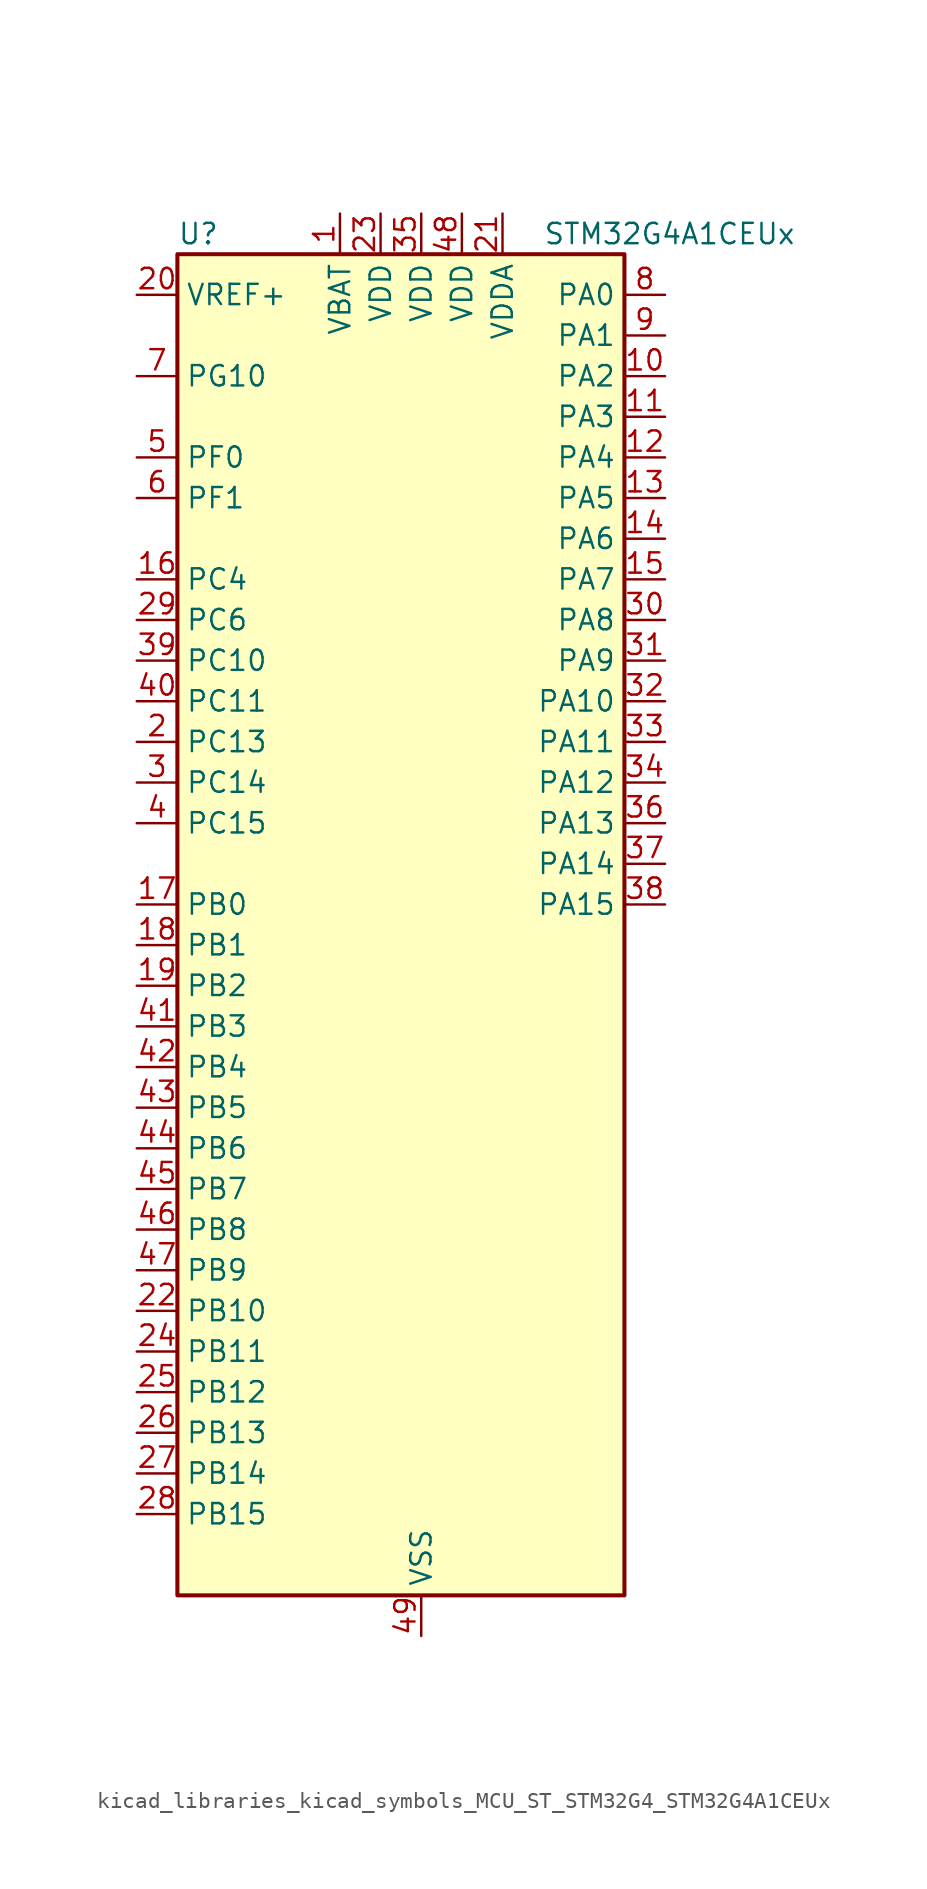
<source format=kicad_sym>
(kicad_symbol_lib
  (version 20220914)
  (generator kicad_symbol_editor)
  (symbol "kicad_libraries_kicad_symbols_MCU_ST_STM32G4_STM32G4A1CEUx"
    (property "Reference" "U"
      (at -12.7 44.45 0)
      (effects (font (size 1.27 1.27)) (justify left)))
    (property "Value" "STM32G4A1CEUx"
      (at 10.16 44.45 0)
      (effects (font (size 1.27 1.27)) (justify left)))
    (property "ki_locked" ""
      (at 0 0 0)
      (effects (font (size 1.27 1.27))))
    (symbol "kicad_libraries_kicad_symbols_MCU_ST_STM32G4_STM32G4A1CEUx_0_1"
      (rectangle (start -12.7 -40.64) (end 15.24 43.18) (stroke (width 0.254) (type default)) (fill (type background))))
    (symbol "kicad_libraries_kicad_symbols_MCU_ST_STM32G4_STM32G4A1CEUx_1_1"
      (pin power_in line (at -2.54 45.72 270) (length 2.54) (name "VBAT" (effects (font (size 1.27 1.27)))) (number "1" (effects (font (size 1.27 1.27)))))
      (pin bidirectional line (at 17.78 35.56 180) (length 2.54) (name "PA2" (effects (font (size 1.27 1.27)))) (number "10" (effects (font (size 1.27 1.27)))) (alternate "ADC1_IN3" bidirectional line) (alternate "ADC3_EXTI2" bidirectional line) (alternate "COMP2_INM" bidirectional line) (alternate "COMP2_OUT" bidirectional line) (alternate "LPUART1_TX" bidirectional line) (alternate "OPAMP1_VOUT" bidirectional line) (alternate "QUADSPI1_BK1_NCS" bidirectional line) (alternate "RCC_LSCO" bidirectional line) (alternate "SYS_WKUP4" bidirectional line) (alternate "TIM15_CH1" bidirectional line) (alternate "TIM2_CH3" bidirectional line) (alternate "UCPD1_FRSTX1" bidirectional line) (alternate "UCPD1_FRSTX2" bidirectional line) (alternate "USART2_TX" bidirectional line))
      (pin bidirectional line (at 17.78 33.02 180) (length 2.54) (name "PA3" (effects (font (size 1.27 1.27)))) (number "11" (effects (font (size 1.27 1.27)))) (alternate "ADC1_IN4" bidirectional line) (alternate "ADC3_EXTI3" bidirectional line) (alternate "COMP2_INP" bidirectional line) (alternate "LPUART1_RX" bidirectional line) (alternate "OPAMP1_VINM" bidirectional line) (alternate "OPAMP1_VINM0" bidirectional line) (alternate "OPAMP1_VINM_SEC" bidirectional line) (alternate "OPAMP1_VINP" bidirectional line) (alternate "OPAMP1_VINP_SEC" bidirectional line) (alternate "QUADSPI1_CLK" bidirectional line) (alternate "SAI1_CK1" bidirectional line) (alternate "SAI1_MCLK_A" bidirectional line) (alternate "TIM15_CH2" bidirectional line) (alternate "TIM2_CH4" bidirectional line) (alternate "USART2_RX" bidirectional line))
      (pin bidirectional line (at 17.78 30.48 180) (length 2.54) (name "PA4" (effects (font (size 1.27 1.27)))) (number "12" (effects (font (size 1.27 1.27)))) (alternate "ADC2_IN17" bidirectional line) (alternate "COMP1_INM" bidirectional line) (alternate "DAC1_OUT1" bidirectional line) (alternate "I2S3_WS" bidirectional line) (alternate "SAI1_FS_B" bidirectional line) (alternate "SPI1_NSS" bidirectional line) (alternate "SPI3_NSS" bidirectional line) (alternate "TIM3_CH2" bidirectional line) (alternate "USART2_CK" bidirectional line))
      (pin bidirectional line (at 17.78 27.94 180) (length 2.54) (name "PA5" (effects (font (size 1.27 1.27)))) (number "13" (effects (font (size 1.27 1.27)))) (alternate "ADC2_IN13" bidirectional line) (alternate "COMP2_INM" bidirectional line) (alternate "DAC1_OUT2" bidirectional line) (alternate "OPAMP2_VINM" bidirectional line) (alternate "OPAMP2_VINM0" bidirectional line) (alternate "OPAMP2_VINM_SEC" bidirectional line) (alternate "SPI1_SCK" bidirectional line) (alternate "TIM2_CH1" bidirectional line) (alternate "TIM2_ETR" bidirectional line) (alternate "UCPD1_FRSTX1" bidirectional line) (alternate "UCPD1_FRSTX2" bidirectional line))
      (pin bidirectional line (at 17.78 25.4 180) (length 2.54) (name "PA6" (effects (font (size 1.27 1.27)))) (number "14" (effects (font (size 1.27 1.27)))) (alternate "ADC2_IN3" bidirectional line) (alternate "COMP1_OUT" bidirectional line) (alternate "LPUART1_CTS" bidirectional line) (alternate "OPAMP2_VOUT" bidirectional line) (alternate "QUADSPI1_BK1_IO3" bidirectional line) (alternate "SPI1_MISO" bidirectional line) (alternate "TIM16_CH1" bidirectional line) (alternate "TIM1_BKIN" bidirectional line) (alternate "TIM3_CH1" bidirectional line) (alternate "TIM8_BKIN" bidirectional line))
      (pin bidirectional line (at 17.78 22.86 180) (length 2.54) (name "PA7" (effects (font (size 1.27 1.27)))) (number "15" (effects (font (size 1.27 1.27)))) (alternate "ADC2_IN4" bidirectional line) (alternate "COMP2_INP" bidirectional line) (alternate "COMP2_OUT" bidirectional line) (alternate "OPAMP1_VINP" bidirectional line) (alternate "OPAMP1_VINP_SEC" bidirectional line) (alternate "OPAMP2_VINP" bidirectional line) (alternate "OPAMP2_VINP_SEC" bidirectional line) (alternate "QUADSPI1_BK1_IO2" bidirectional line) (alternate "SPI1_MOSI" bidirectional line) (alternate "TIM17_CH1" bidirectional line) (alternate "TIM1_CH1N" bidirectional line) (alternate "TIM3_CH2" bidirectional line) (alternate "TIM8_CH1N" bidirectional line) (alternate "UCPD1_FRSTX1" bidirectional line) (alternate "UCPD1_FRSTX2" bidirectional line))
      (pin bidirectional line (at -15.24 22.86 0) (length 2.54) (name "PC4" (effects (font (size 1.27 1.27)))) (number "16" (effects (font (size 1.27 1.27)))) (alternate "ADC2_IN5" bidirectional line) (alternate "I2C2_SCL" bidirectional line) (alternate "QUADSPI1_BK2_IO3" bidirectional line) (alternate "TIM1_ETR" bidirectional line) (alternate "USART1_TX" bidirectional line))
      (pin bidirectional line (at -15.24 2.54 0) (length 2.54) (name "PB0" (effects (font (size 1.27 1.27)))) (number "17" (effects (font (size 1.27 1.27)))) (alternate "ADC1_IN15" bidirectional line) (alternate "ADC3_IN12" bidirectional line) (alternate "COMP4_INP" bidirectional line) (alternate "OPAMP2_VINP" bidirectional line) (alternate "OPAMP2_VINP_SEC" bidirectional line) (alternate "OPAMP3_VINP" bidirectional line) (alternate "OPAMP3_VINP_SEC" bidirectional line) (alternate "QUADSPI1_BK1_IO1" bidirectional line) (alternate "TIM1_CH2N" bidirectional line) (alternate "TIM3_CH3" bidirectional line) (alternate "TIM8_CH2N" bidirectional line) (alternate "UCPD1_FRSTX1" bidirectional line) (alternate "UCPD1_FRSTX2" bidirectional line))
      (pin bidirectional line (at -15.24 0 0) (length 2.54) (name "PB1" (effects (font (size 1.27 1.27)))) (number "18" (effects (font (size 1.27 1.27)))) (alternate "ADC1_IN12" bidirectional line) (alternate "ADC3_IN1" bidirectional line) (alternate "COMP1_INP" bidirectional line) (alternate "COMP4_OUT" bidirectional line) (alternate "LPUART1_DE" bidirectional line) (alternate "LPUART1_RTS" bidirectional line) (alternate "OPAMP3_VOUT" bidirectional line) (alternate "OPAMP6_VINM" bidirectional line) (alternate "OPAMP6_VINM1" bidirectional line) (alternate "OPAMP6_VINM_SEC" bidirectional line) (alternate "QUADSPI1_BK1_IO0" bidirectional line) (alternate "TIM1_CH3N" bidirectional line) (alternate "TIM3_CH4" bidirectional line) (alternate "TIM8_CH3N" bidirectional line))
      (pin bidirectional line (at -15.24 -2.54 0) (length 2.54) (name "PB2" (effects (font (size 1.27 1.27)))) (number "19" (effects (font (size 1.27 1.27)))) (alternate "ADC2_IN12" bidirectional line) (alternate "ADC3_EXTI2" bidirectional line) (alternate "COMP4_INM" bidirectional line) (alternate "I2C3_SMBA" bidirectional line) (alternate "LPTIM1_OUT" bidirectional line) (alternate "OPAMP3_VINM" bidirectional line) (alternate "OPAMP3_VINM0" bidirectional line) (alternate "OPAMP3_VINM_SEC" bidirectional line) (alternate "QUADSPI1_BK2_IO1" bidirectional line) (alternate "RTC_OUT2" bidirectional line) (alternate "TIM20_CH1" bidirectional line))
      (pin bidirectional line (at -15.24 12.7 0) (length 2.54) (name "PC13" (effects (font (size 1.27 1.27)))) (number "2" (effects (font (size 1.27 1.27)))) (alternate "RTC_OUT1" bidirectional line) (alternate "RTC_TAMP1" bidirectional line) (alternate "RTC_TS" bidirectional line) (alternate "SYS_WKUP2" bidirectional line) (alternate "TIM1_BKIN" bidirectional line) (alternate "TIM1_CH1N" bidirectional line) (alternate "TIM8_CH4N" bidirectional line))
      (pin input line (at -15.24 40.64 0) (length 2.54) (name "VREF+" (effects (font (size 1.27 1.27)))) (number "20" (effects (font (size 1.27 1.27)))) (alternate "VREFBUF_OUT" bidirectional line))
      (pin power_in line (at 7.62 45.72 270) (length 2.54) (name "VDDA" (effects (font (size 1.27 1.27)))) (number "21" (effects (font (size 1.27 1.27)))))
      (pin bidirectional line (at -15.24 -22.86 0) (length 2.54) (name "PB10" (effects (font (size 1.27 1.27)))) (number "22" (effects (font (size 1.27 1.27)))) (alternate "DAC1_EXTI10" bidirectional line) (alternate "DAC3_EXTI10" bidirectional line) (alternate "LPUART1_RX" bidirectional line) (alternate "OPAMP3_VINM" bidirectional line) (alternate "OPAMP3_VINM1" bidirectional line) (alternate "OPAMP3_VINM_SEC" bidirectional line) (alternate "QUADSPI1_CLK" bidirectional line) (alternate "SAI1_SCK_A" bidirectional line) (alternate "TIM1_BKIN" bidirectional line) (alternate "TIM2_CH3" bidirectional line) (alternate "USART3_TX" bidirectional line))
      (pin power_in line (at 0 45.72 270) (length 2.54) (name "VDD" (effects (font (size 1.27 1.27)))) (number "23" (effects (font (size 1.27 1.27)))))
      (pin bidirectional line (at -15.24 -25.4 0) (length 2.54) (name "PB11" (effects (font (size 1.27 1.27)))) (number "24" (effects (font (size 1.27 1.27)))) (alternate "ADC1_EXTI11" bidirectional line) (alternate "ADC1_IN14" bidirectional line) (alternate "ADC2_EXTI11" bidirectional line) (alternate "ADC2_IN14" bidirectional line) (alternate "LPUART1_TX" bidirectional line) (alternate "OPAMP6_VOUT" bidirectional line) (alternate "QUADSPI1_BK1_NCS" bidirectional line) (alternate "TIM2_CH4" bidirectional line) (alternate "USART3_RX" bidirectional line))
      (pin bidirectional line (at -15.24 -27.94 0) (length 2.54) (name "PB12" (effects (font (size 1.27 1.27)))) (number "25" (effects (font (size 1.27 1.27)))) (alternate "ADC1_IN11" bidirectional line) (alternate "FDCAN2_RX" bidirectional line) (alternate "I2C2_SMBA" bidirectional line) (alternate "I2S2_WS" bidirectional line) (alternate "LPUART1_DE" bidirectional line) (alternate "LPUART1_RTS" bidirectional line) (alternate "OPAMP6_VINP" bidirectional line) (alternate "OPAMP6_VINP_SEC" bidirectional line) (alternate "SPI2_NSS" bidirectional line) (alternate "TIM1_BKIN" bidirectional line) (alternate "USART3_CK" bidirectional line))
      (pin bidirectional line (at -15.24 -30.48 0) (length 2.54) (name "PB13" (effects (font (size 1.27 1.27)))) (number "26" (effects (font (size 1.27 1.27)))) (alternate "ADC3_IN5" bidirectional line) (alternate "FDCAN2_TX" bidirectional line) (alternate "I2S2_CK" bidirectional line) (alternate "LPUART1_CTS" bidirectional line) (alternate "OPAMP3_VINP" bidirectional line) (alternate "OPAMP3_VINP_SEC" bidirectional line) (alternate "OPAMP6_VINP" bidirectional line) (alternate "OPAMP6_VINP_SEC" bidirectional line) (alternate "SPI2_SCK" bidirectional line) (alternate "TIM1_CH1N" bidirectional line) (alternate "USART3_CTS" bidirectional line) (alternate "USART3_NSS" bidirectional line))
      (pin bidirectional line (at -15.24 -33.02 0) (length 2.54) (name "PB14" (effects (font (size 1.27 1.27)))) (number "27" (effects (font (size 1.27 1.27)))) (alternate "ADC1_IN5" bidirectional line) (alternate "COMP4_OUT" bidirectional line) (alternate "OPAMP2_VINP" bidirectional line) (alternate "OPAMP2_VINP_SEC" bidirectional line) (alternate "SPI2_MISO" bidirectional line) (alternate "TIM15_CH1" bidirectional line) (alternate "TIM1_CH2N" bidirectional line) (alternate "USART3_DE" bidirectional line) (alternate "USART3_RTS" bidirectional line))
      (pin bidirectional line (at -15.24 -35.56 0) (length 2.54) (name "PB15" (effects (font (size 1.27 1.27)))) (number "28" (effects (font (size 1.27 1.27)))) (alternate "ADC1_EXTI15" bidirectional line) (alternate "ADC2_EXTI15" bidirectional line) (alternate "ADC2_IN15" bidirectional line) (alternate "COMP3_OUT" bidirectional line) (alternate "I2S2_SD" bidirectional line) (alternate "RTC_REFIN" bidirectional line) (alternate "SPI2_MOSI" bidirectional line) (alternate "TIM15_CH1N" bidirectional line) (alternate "TIM15_CH2" bidirectional line) (alternate "TIM1_CH3N" bidirectional line))
      (pin bidirectional line (at -15.24 20.32 0) (length 2.54) (name "PC6" (effects (font (size 1.27 1.27)))) (number "29" (effects (font (size 1.27 1.27)))) (alternate "I2S2_MCK" bidirectional line) (alternate "TIM3_CH1" bidirectional line) (alternate "TIM8_CH1" bidirectional line))
      (pin bidirectional line (at -15.24 10.16 0) (length 2.54) (name "PC14" (effects (font (size 1.27 1.27)))) (number "3" (effects (font (size 1.27 1.27)))) (alternate "RCC_OSC32_IN" bidirectional line))
      (pin bidirectional line (at 17.78 20.32 180) (length 2.54) (name "PA8" (effects (font (size 1.27 1.27)))) (number "30" (effects (font (size 1.27 1.27)))) (alternate "I2C2_SDA" bidirectional line) (alternate "I2C3_SCL" bidirectional line) (alternate "I2S2_MCK" bidirectional line) (alternate "RCC_MCO" bidirectional line) (alternate "SAI1_CK2" bidirectional line) (alternate "SAI1_SCK_A" bidirectional line) (alternate "TIM1_CH1" bidirectional line) (alternate "TIM4_ETR" bidirectional line) (alternate "USART1_CK" bidirectional line))
      (pin bidirectional line (at 17.78 17.78 180) (length 2.54) (name "PA9" (effects (font (size 1.27 1.27)))) (number "31" (effects (font (size 1.27 1.27)))) (alternate "DAC1_EXTI9" bidirectional line) (alternate "DAC3_EXTI9" bidirectional line) (alternate "I2C2_SCL" bidirectional line) (alternate "I2C3_SMBA" bidirectional line) (alternate "I2S3_MCK" bidirectional line) (alternate "SAI1_FS_A" bidirectional line) (alternate "TIM15_BKIN" bidirectional line) (alternate "TIM1_CH2" bidirectional line) (alternate "TIM2_CH3" bidirectional line) (alternate "UCPD1_DBCC1" bidirectional line) (alternate "USART1_TX" bidirectional line))
      (pin bidirectional line (at 17.78 15.24 180) (length 2.54) (name "PA10" (effects (font (size 1.27 1.27)))) (number "32" (effects (font (size 1.27 1.27)))) (alternate "CRS_SYNC" bidirectional line) (alternate "DAC1_EXTI10" bidirectional line) (alternate "DAC3_EXTI10" bidirectional line) (alternate "I2C2_SMBA" bidirectional line) (alternate "SAI1_D1" bidirectional line) (alternate "SAI1_SD_A" bidirectional line) (alternate "SPI2_MISO" bidirectional line) (alternate "TIM17_BKIN" bidirectional line) (alternate "TIM1_CH3" bidirectional line) (alternate "TIM2_CH4" bidirectional line) (alternate "TIM8_BKIN" bidirectional line) (alternate "UCPD1_DBCC2" bidirectional line) (alternate "USART1_RX" bidirectional line))
      (pin bidirectional line (at 17.78 12.7 180) (length 2.54) (name "PA11" (effects (font (size 1.27 1.27)))) (number "33" (effects (font (size 1.27 1.27)))) (alternate "ADC1_EXTI11" bidirectional line) (alternate "ADC2_EXTI11" bidirectional line) (alternate "COMP1_OUT" bidirectional line) (alternate "FDCAN1_RX" bidirectional line) (alternate "I2S2_SD" bidirectional line) (alternate "SPI2_MOSI" bidirectional line) (alternate "TIM1_BKIN2" bidirectional line) (alternate "TIM1_CH1N" bidirectional line) (alternate "TIM1_CH4" bidirectional line) (alternate "TIM4_CH1" bidirectional line) (alternate "USART1_CTS" bidirectional line) (alternate "USART1_NSS" bidirectional line) (alternate "USB_DM" bidirectional line))
      (pin bidirectional line (at 17.78 10.16 180) (length 2.54) (name "PA12" (effects (font (size 1.27 1.27)))) (number "34" (effects (font (size 1.27 1.27)))) (alternate "COMP2_OUT" bidirectional line) (alternate "FDCAN1_TX" bidirectional line) (alternate "I2S_CKIN" bidirectional line) (alternate "TIM16_CH1" bidirectional line) (alternate "TIM1_CH2N" bidirectional line) (alternate "TIM1_ETR" bidirectional line) (alternate "TIM4_CH2" bidirectional line) (alternate "USART1_DE" bidirectional line) (alternate "USART1_RTS" bidirectional line) (alternate "USB_DP" bidirectional line))
      (pin power_in line (at 2.54 45.72 270) (length 2.54) (name "VDD" (effects (font (size 1.27 1.27)))) (number "35" (effects (font (size 1.27 1.27)))))
      (pin bidirectional line (at 17.78 7.62 180) (length 2.54) (name "PA13" (effects (font (size 1.27 1.27)))) (number "36" (effects (font (size 1.27 1.27)))) (alternate "I2C1_SCL" bidirectional line) (alternate "IR_OUT" bidirectional line) (alternate "SAI1_SD_B" bidirectional line) (alternate "SYS_JTMS-SWDIO" bidirectional line) (alternate "TIM16_CH1N" bidirectional line) (alternate "TIM4_CH3" bidirectional line) (alternate "USART3_CTS" bidirectional line) (alternate "USART3_NSS" bidirectional line))
      (pin bidirectional line (at 17.78 5.08 180) (length 2.54) (name "PA14" (effects (font (size 1.27 1.27)))) (number "37" (effects (font (size 1.27 1.27)))) (alternate "I2C1_SDA" bidirectional line) (alternate "LPTIM1_OUT" bidirectional line) (alternate "SAI1_FS_B" bidirectional line) (alternate "SYS_JTCK-SWCLK" bidirectional line) (alternate "TIM1_BKIN" bidirectional line) (alternate "TIM8_CH2" bidirectional line) (alternate "USART2_TX" bidirectional line))
      (pin bidirectional line (at 17.78 2.54 180) (length 2.54) (name "PA15" (effects (font (size 1.27 1.27)))) (number "38" (effects (font (size 1.27 1.27)))) (alternate "ADC1_EXTI15" bidirectional line) (alternate "ADC2_EXTI15" bidirectional line) (alternate "I2C1_SCL" bidirectional line) (alternate "I2S3_WS" bidirectional line) (alternate "SPI1_NSS" bidirectional line) (alternate "SPI3_NSS" bidirectional line) (alternate "SYS_JTDI" bidirectional line) (alternate "TIM1_BKIN" bidirectional line) (alternate "TIM20_ETR" bidirectional line) (alternate "TIM2_CH1" bidirectional line) (alternate "TIM2_ETR" bidirectional line) (alternate "TIM8_CH1" bidirectional line) (alternate "USART2_RX" bidirectional line))
      (pin bidirectional line (at -15.24 17.78 0) (length 2.54) (name "PC10" (effects (font (size 1.27 1.27)))) (number "39" (effects (font (size 1.27 1.27)))) (alternate "DAC1_EXTI10" bidirectional line) (alternate "DAC3_EXTI10" bidirectional line) (alternate "I2S3_CK" bidirectional line) (alternate "SPI3_SCK" bidirectional line) (alternate "TIM8_CH1N" bidirectional line) (alternate "USART3_TX" bidirectional line))
      (pin bidirectional line (at -15.24 7.62 0) (length 2.54) (name "PC15" (effects (font (size 1.27 1.27)))) (number "4" (effects (font (size 1.27 1.27)))) (alternate "ADC1_EXTI15" bidirectional line) (alternate "ADC2_EXTI15" bidirectional line) (alternate "RCC_OSC32_OUT" bidirectional line))
      (pin bidirectional line (at -15.24 15.24 0) (length 2.54) (name "PC11" (effects (font (size 1.27 1.27)))) (number "40" (effects (font (size 1.27 1.27)))) (alternate "ADC1_EXTI11" bidirectional line) (alternate "ADC2_EXTI11" bidirectional line) (alternate "I2C3_SDA" bidirectional line) (alternate "SPI3_MISO" bidirectional line) (alternate "TIM8_CH2N" bidirectional line) (alternate "USART3_RX" bidirectional line))
      (pin bidirectional line (at -15.24 -5.08 0) (length 2.54) (name "PB3" (effects (font (size 1.27 1.27)))) (number "41" (effects (font (size 1.27 1.27)))) (alternate "ADC3_EXTI3" bidirectional line) (alternate "CRS_SYNC" bidirectional line) (alternate "I2S3_CK" bidirectional line) (alternate "SAI1_SCK_B" bidirectional line) (alternate "SPI1_SCK" bidirectional line) (alternate "SPI3_SCK" bidirectional line) (alternate "SYS_JTDO-SWO" bidirectional line) (alternate "TIM2_CH2" bidirectional line) (alternate "TIM3_ETR" bidirectional line) (alternate "TIM4_ETR" bidirectional line) (alternate "TIM8_CH1N" bidirectional line) (alternate "USART2_TX" bidirectional line))
      (pin bidirectional line (at -15.24 -7.62 0) (length 2.54) (name "PB4" (effects (font (size 1.27 1.27)))) (number "42" (effects (font (size 1.27 1.27)))) (alternate "SAI1_MCLK_B" bidirectional line) (alternate "SPI1_MISO" bidirectional line) (alternate "SPI3_MISO" bidirectional line) (alternate "SYS_JTRST" bidirectional line) (alternate "TIM16_CH1" bidirectional line) (alternate "TIM17_BKIN" bidirectional line) (alternate "TIM3_CH1" bidirectional line) (alternate "TIM8_CH2N" bidirectional line) (alternate "UCPD1_CC2" bidirectional line) (alternate "USART2_RX" bidirectional line))
      (pin bidirectional line (at -15.24 -10.16 0) (length 2.54) (name "PB5" (effects (font (size 1.27 1.27)))) (number "43" (effects (font (size 1.27 1.27)))) (alternate "FDCAN2_RX" bidirectional line) (alternate "I2C1_SMBA" bidirectional line) (alternate "I2C3_SDA" bidirectional line) (alternate "I2S3_SD" bidirectional line) (alternate "LPTIM1_IN1" bidirectional line) (alternate "SAI1_SD_B" bidirectional line) (alternate "SPI1_MOSI" bidirectional line) (alternate "SPI3_MOSI" bidirectional line) (alternate "TIM16_BKIN" bidirectional line) (alternate "TIM17_CH1" bidirectional line) (alternate "TIM3_CH2" bidirectional line) (alternate "TIM8_CH3N" bidirectional line) (alternate "USART2_CK" bidirectional line))
      (pin bidirectional line (at -15.24 -12.7 0) (length 2.54) (name "PB6" (effects (font (size 1.27 1.27)))) (number "44" (effects (font (size 1.27 1.27)))) (alternate "COMP4_OUT" bidirectional line) (alternate "FDCAN2_TX" bidirectional line) (alternate "LPTIM1_ETR" bidirectional line) (alternate "SAI1_FS_B" bidirectional line) (alternate "TIM16_CH1N" bidirectional line) (alternate "TIM4_CH1" bidirectional line) (alternate "TIM8_BKIN2" bidirectional line) (alternate "TIM8_CH1" bidirectional line) (alternate "TIM8_ETR" bidirectional line) (alternate "UCPD1_CC1" bidirectional line) (alternate "USART1_TX" bidirectional line))
      (pin bidirectional line (at -15.24 -15.24 0) (length 2.54) (name "PB7" (effects (font (size 1.27 1.27)))) (number "45" (effects (font (size 1.27 1.27)))) (alternate "COMP3_OUT" bidirectional line) (alternate "I2C1_SDA" bidirectional line) (alternate "LPTIM1_IN2" bidirectional line) (alternate "SYS_PVD_IN" bidirectional line) (alternate "TIM17_CH1N" bidirectional line) (alternate "TIM3_CH4" bidirectional line) (alternate "TIM4_CH2" bidirectional line) (alternate "TIM8_BKIN" bidirectional line) (alternate "USART1_RX" bidirectional line))
      (pin bidirectional line (at -15.24 -17.78 0) (length 2.54) (name "PB8" (effects (font (size 1.27 1.27)))) (number "46" (effects (font (size 1.27 1.27)))) (alternate "COMP1_OUT" bidirectional line) (alternate "FDCAN1_RX" bidirectional line) (alternate "I2C1_SCL" bidirectional line) (alternate "SAI1_CK1" bidirectional line) (alternate "SAI1_MCLK_A" bidirectional line) (alternate "TIM16_CH1" bidirectional line) (alternate "TIM1_BKIN" bidirectional line) (alternate "TIM4_CH3" bidirectional line) (alternate "TIM8_CH2" bidirectional line) (alternate "USART3_RX" bidirectional line))
      (pin bidirectional line (at -15.24 -20.32 0) (length 2.54) (name "PB9" (effects (font (size 1.27 1.27)))) (number "47" (effects (font (size 1.27 1.27)))) (alternate "COMP2_OUT" bidirectional line) (alternate "DAC1_EXTI9" bidirectional line) (alternate "DAC3_EXTI9" bidirectional line) (alternate "FDCAN1_TX" bidirectional line) (alternate "I2C1_SDA" bidirectional line) (alternate "IR_OUT" bidirectional line) (alternate "SAI1_D2" bidirectional line) (alternate "SAI1_FS_A" bidirectional line) (alternate "TIM17_CH1" bidirectional line) (alternate "TIM1_CH3N" bidirectional line) (alternate "TIM4_CH4" bidirectional line) (alternate "TIM8_CH3" bidirectional line) (alternate "USART3_TX" bidirectional line))
      (pin power_in line (at 5.08 45.72 270) (length 2.54) (name "VDD" (effects (font (size 1.27 1.27)))) (number "48" (effects (font (size 1.27 1.27)))))
      (pin power_in line (at 2.54 -43.18 90) (length 2.54) (name "VSS" (effects (font (size 1.27 1.27)))) (number "49" (effects (font (size 1.27 1.27)))))
      (pin bidirectional line (at -15.24 30.48 0) (length 2.54) (name "PF0" (effects (font (size 1.27 1.27)))) (number "5" (effects (font (size 1.27 1.27)))) (alternate "ADC1_IN10" bidirectional line) (alternate "I2C2_SDA" bidirectional line) (alternate "I2S2_WS" bidirectional line) (alternate "RCC_OSC_IN" bidirectional line) (alternate "SPI2_NSS" bidirectional line) (alternate "TIM1_CH3N" bidirectional line))
      (pin bidirectional line (at -15.24 27.94 0) (length 2.54) (name "PF1" (effects (font (size 1.27 1.27)))) (number "6" (effects (font (size 1.27 1.27)))) (alternate "ADC2_IN10" bidirectional line) (alternate "COMP3_INM" bidirectional line) (alternate "I2S2_CK" bidirectional line) (alternate "RCC_OSC_OUT" bidirectional line) (alternate "SPI2_SCK" bidirectional line))
      (pin bidirectional line (at -15.24 35.56 0) (length 2.54) (name "PG10" (effects (font (size 1.27 1.27)))) (number "7" (effects (font (size 1.27 1.27)))) (alternate "DAC1_EXTI10" bidirectional line) (alternate "DAC3_EXTI10" bidirectional line) (alternate "RCC_MCO" bidirectional line))
      (pin bidirectional line (at 17.78 40.64 180) (length 2.54) (name "PA0" (effects (font (size 1.27 1.27)))) (number "8" (effects (font (size 1.27 1.27)))) (alternate "ADC1_IN1" bidirectional line) (alternate "ADC2_IN1" bidirectional line) (alternate "COMP1_INM" bidirectional line) (alternate "COMP1_OUT" bidirectional line) (alternate "COMP3_INP" bidirectional line) (alternate "RTC_TAMP2" bidirectional line) (alternate "SYS_WKUP1" bidirectional line) (alternate "TIM2_CH1" bidirectional line) (alternate "TIM2_ETR" bidirectional line) (alternate "TIM8_BKIN" bidirectional line) (alternate "TIM8_ETR" bidirectional line) (alternate "USART2_CTS" bidirectional line) (alternate "USART2_NSS" bidirectional line))
      (pin bidirectional line (at 17.78 38.1 180) (length 2.54) (name "PA1" (effects (font (size 1.27 1.27)))) (number "9" (effects (font (size 1.27 1.27)))) (alternate "ADC1_IN2" bidirectional line) (alternate "ADC2_IN2" bidirectional line) (alternate "COMP1_INP" bidirectional line) (alternate "OPAMP1_VINP" bidirectional line) (alternate "OPAMP1_VINP_SEC" bidirectional line) (alternate "OPAMP3_VINP" bidirectional line) (alternate "OPAMP3_VINP_SEC" bidirectional line) (alternate "OPAMP6_VINM" bidirectional line) (alternate "OPAMP6_VINM0" bidirectional line) (alternate "OPAMP6_VINM_SEC" bidirectional line) (alternate "RTC_REFIN" bidirectional line) (alternate "TIM15_CH1N" bidirectional line) (alternate "TIM2_CH2" bidirectional line) (alternate "USART2_DE" bidirectional line) (alternate "USART2_RTS" bidirectional line)))))
</source>
